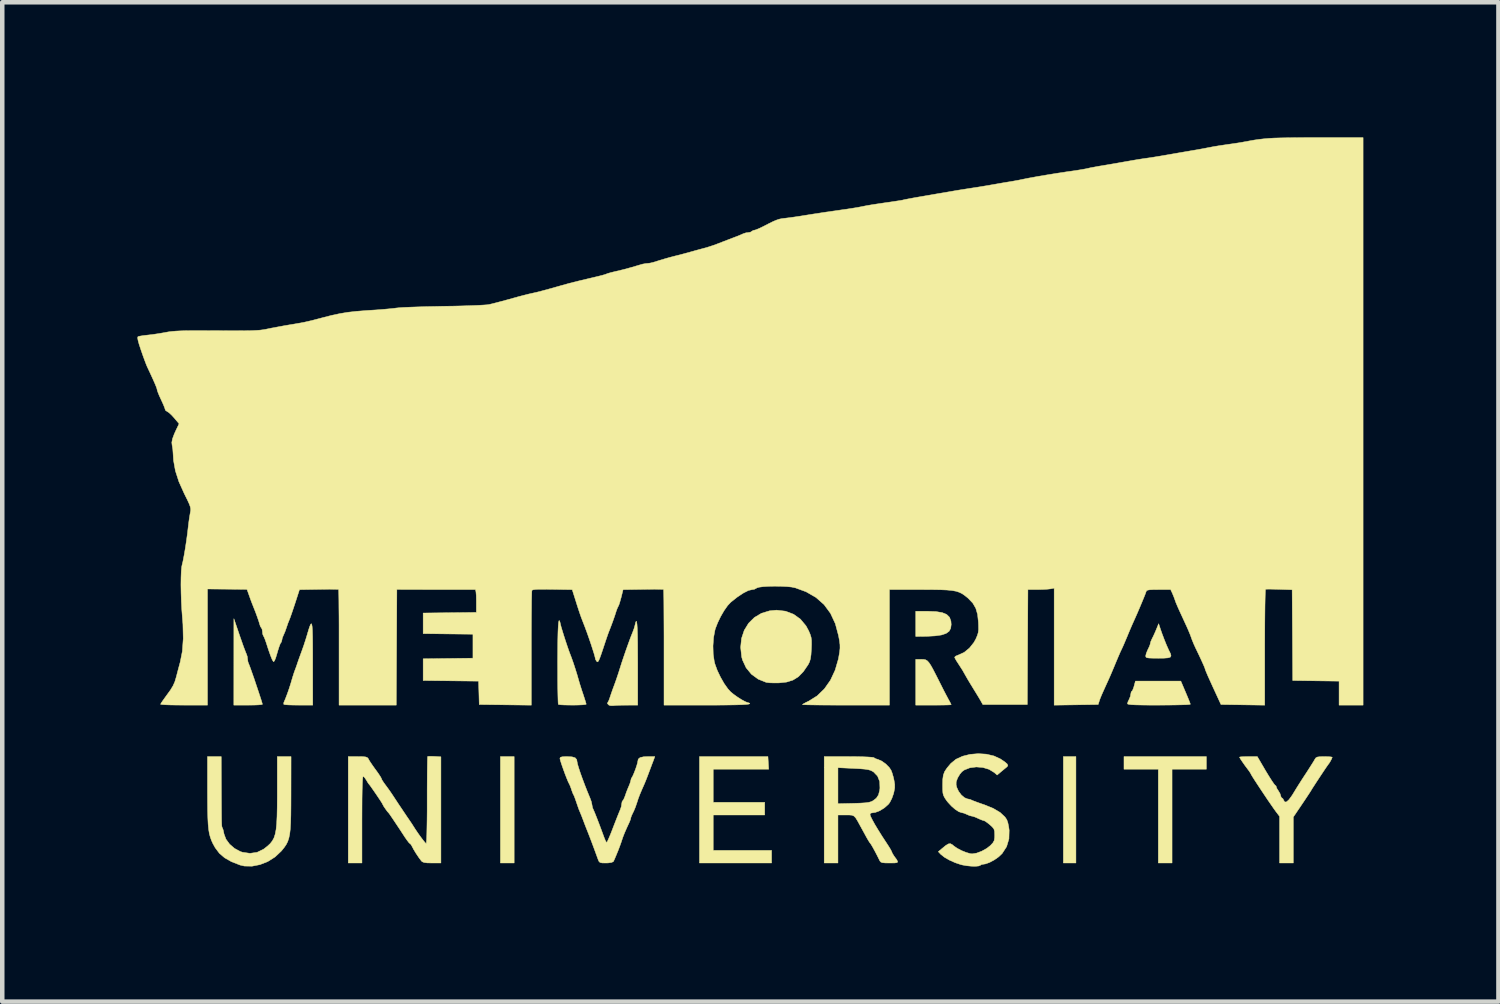
<source format=kicad_pcb>
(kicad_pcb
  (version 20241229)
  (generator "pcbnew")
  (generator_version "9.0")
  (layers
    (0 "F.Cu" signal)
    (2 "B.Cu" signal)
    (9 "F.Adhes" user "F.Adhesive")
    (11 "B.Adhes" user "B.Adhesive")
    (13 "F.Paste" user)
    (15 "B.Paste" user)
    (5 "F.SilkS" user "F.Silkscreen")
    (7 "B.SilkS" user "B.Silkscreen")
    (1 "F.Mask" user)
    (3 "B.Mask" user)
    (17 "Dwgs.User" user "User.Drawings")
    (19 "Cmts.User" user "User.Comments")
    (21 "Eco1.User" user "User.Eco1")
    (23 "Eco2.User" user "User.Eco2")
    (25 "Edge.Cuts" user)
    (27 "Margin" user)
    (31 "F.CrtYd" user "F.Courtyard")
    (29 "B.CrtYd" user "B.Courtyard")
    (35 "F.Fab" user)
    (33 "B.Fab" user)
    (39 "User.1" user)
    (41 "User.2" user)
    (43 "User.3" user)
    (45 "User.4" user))
  (footprint "munLogo"
    (layer "F.Cu")
    (at 13.596 8.082)
    (property "Reference" "munLogo" (at 0 0 0) (layer "F.SilkS") (effects (font (size 1.524 1.524) (thickness 0.3))))
    (attr through_hole)
    (fp_poly (pts (xy -5.232 8.026) (xy -5.537 8.026) (xy -5.537 5.664) (xy -5.232 5.664) (xy -5.232 8.026)) (stroke (width 0.01) (type solid)) (fill yes) (layer "F.SilkS"))
    (fp_poly (pts (xy 7.239 8.026) (xy 6.96 8.026) (xy 6.96 5.664) (xy 7.239 5.664) (xy 7.239 8.026)) (stroke (width 0.01) (type solid)) (fill yes) (layer "F.SilkS"))
    (fp_poly (pts (xy 10.135 5.944) (xy 9.373 5.944) (xy 9.373 8.026) (xy 9.068 8.026) (xy 9.068 5.944) (xy 8.306 5.944) (xy 8.306 5.664) (xy 10.135 5.664) (xy 10.135 5.944)) (stroke (width 0.01) (type solid)) (fill yes) (layer "F.SilkS"))
    (fp_poly (pts (xy 0.41 5.804) (xy 0.419 5.944) (xy -0.197 5.944) (xy -0.813 5.944) (xy -0.813 6.68) (xy 0.33 6.68) (xy 0.33 6.96) (xy -0.813 6.96) (xy -0.813 7.747) (xy 0.483 7.747) (xy 0.483 8.026) (xy -1.118 8.026) (xy -1.118 5.664) (xy 0.402 5.664) (xy 0.41 5.804)) (stroke (width 0.01) (type solid)) (fill yes) (layer "F.SilkS"))
    (fp_poly (pts (xy 4.133 2.445) (xy 4.272 2.468) (xy 4.37 2.509) (xy 4.433 2.571) (xy 4.464 2.656) (xy 4.47 2.732) (xy 4.459 2.816) (xy 4.423 2.882) (xy 4.356 2.93) (xy 4.255 2.964) (xy 4.114 2.984) (xy 3.929 2.994) (xy 3.867 2.995) (xy 3.683 2.997) (xy 3.683 2.438) (xy 3.951 2.438) (xy 4.133 2.445)) (stroke (width 0.01) (type solid)) (fill yes) (layer "F.SilkS"))
    (fp_poly (pts (xy 3.858 3.507) (xy 3.901 3.515) (xy 3.939 3.537) (xy 3.977 3.578) (xy 4.02 3.643) (xy 4.073 3.739) (xy 4.141 3.871) (xy 4.187 3.962) (xy 4.251 4.089) (xy 4.312 4.21) (xy 4.366 4.313) (xy 4.404 4.384) (xy 4.408 4.392) (xy 4.444 4.457) (xy 4.466 4.502) (xy 4.47 4.512) (xy 4.446 4.515) (xy 4.38 4.518) (xy 4.281 4.52) (xy 4.156 4.521) (xy 4.077 4.521) (xy 3.683 4.521) (xy 3.683 3.505) (xy 3.805 3.505) (xy 3.858 3.507)) (stroke (width 0.01) (type solid)) (fill yes) (layer "F.SilkS"))
    (fp_poly (pts (xy -11.328 2.972) (xy -11.282 3.103) (xy -11.241 3.22) (xy -11.206 3.312) (xy -11.183 3.371) (xy -11.176 3.384) (xy -11.156 3.445) (xy -11.151 3.493) (xy -11.141 3.561) (xy -11.126 3.601) (xy -11.111 3.637) (xy -11.084 3.71) (xy -11.048 3.812) (xy -11.006 3.931) (xy -10.963 4.06) (xy -10.92 4.188) (xy -10.881 4.306) (xy -10.849 4.404) (xy -10.828 4.473) (xy -10.82 4.503) (xy -10.844 4.51) (xy -10.909 4.516) (xy -11.006 4.52) (xy -11.124 4.521) (xy -11.138 4.521) (xy -11.455 4.521) (xy -11.454 2.603) (xy -11.328 2.972)) (stroke (width 0.01) (type solid)) (fill yes) (layer "F.SilkS"))
    (fp_poly (pts (xy 9.112 2.824) (xy 9.153 2.941) (xy 9.201 3.068) (xy 9.25 3.189) (xy 9.293 3.286) (xy 9.307 3.315) (xy 9.34 3.382) (xy 9.35 3.428) (xy 9.333 3.457) (xy 9.283 3.472) (xy 9.193 3.479) (xy 9.068 3.48) (xy 8.946 3.479) (xy 8.865 3.476) (xy 8.818 3.47) (xy 8.796 3.458) (xy 8.789 3.439) (xy 8.788 3.429) (xy 8.8 3.375) (xy 8.829 3.303) (xy 8.839 3.283) (xy 8.871 3.216) (xy 8.889 3.164) (xy 8.89 3.154) (xy 8.902 3.108) (xy 8.927 3.052) (xy 8.958 2.99) (xy 8.997 2.904) (xy 9.02 2.849) (xy 9.076 2.714) (xy 9.112 2.824)) (stroke (width 0.01) (type solid)) (fill yes) (layer "F.SilkS"))
    (fp_poly (pts (xy 9.673 4.235) (xy 9.717 4.339) (xy 9.752 4.425) (xy 9.774 4.483) (xy 9.779 4.502) (xy 9.755 4.507) (xy 9.686 4.512) (xy 9.58 4.515) (xy 9.442 4.518) (xy 9.279 4.52) (xy 9.098 4.521) (xy 9.081 4.521) (xy 8.864 4.521) (xy 8.694 4.519) (xy 8.566 4.516) (xy 8.476 4.512) (xy 8.418 4.505) (xy 8.389 4.497) (xy 8.383 4.489) (xy 8.395 4.445) (xy 8.42 4.394) (xy 8.448 4.326) (xy 8.457 4.274) (xy 8.466 4.229) (xy 8.478 4.216) (xy 8.496 4.194) (xy 8.518 4.138) (xy 8.529 4.102) (xy 8.56 3.988) (xy 9.568 3.988) (xy 9.673 4.235)) (stroke (width 0.01) (type solid)) (fill yes) (layer "F.SilkS"))
    (fp_poly (pts (xy -9.726 2.726) (xy -9.717 2.774) (xy -9.711 2.86) (xy -9.707 2.987) (xy -9.705 3.157) (xy -9.704 3.373) (xy -9.704 3.588) (xy -9.703 4.521) (xy -10.016 4.521) (xy -10.137 4.52) (xy -10.239 4.517) (xy -10.312 4.512) (xy -10.344 4.506) (xy -10.345 4.506) (xy -10.348 4.473) (xy -10.339 4.449) (xy -10.308 4.376) (xy -10.268 4.271) (xy -10.226 4.151) (xy -10.188 4.031) (xy -10.172 3.975) (xy -10.144 3.882) (xy -10.118 3.801) (xy -10.103 3.759) (xy -10.078 3.693) (xy -10.049 3.61) (xy -10.044 3.594) (xy -10.018 3.518) (xy -9.981 3.416) (xy -9.944 3.315) (xy -9.901 3.193) (xy -9.857 3.058) (xy -9.828 2.962) (xy -9.798 2.86) (xy -9.773 2.783) (xy -9.753 2.733) (xy -9.737 2.713) (xy -9.726 2.726)) (stroke (width 0.01) (type solid)) (fill yes) (layer "F.SilkS"))
    (fp_poly (pts (xy 0.792 2.436) (xy 0.971 2.504) (xy 1.124 2.614) (xy 1.248 2.763) (xy 1.307 2.873) (xy 1.34 2.951) (xy 1.36 3.016) (xy 1.369 3.084) (xy 1.37 3.172) (xy 1.366 3.277) (xy 1.358 3.404) (xy 1.345 3.494) (xy 1.325 3.562) (xy 1.295 3.621) (xy 1.294 3.623) (xy 1.187 3.779) (xy 1.078 3.891) (xy 0.957 3.966) (xy 0.815 4.01) (xy 0.648 4.028) (xy 0.539 4.029) (xy 0.44 4.026) (xy 0.37 4.017) (xy 0.363 4.016) (xy 0.186 3.945) (xy 0.035 3.835) (xy -0.083 3.691) (xy -0.162 3.521) (xy -0.181 3.452) (xy -0.204 3.239) (xy -0.184 3.04) (xy -0.124 2.86) (xy -0.028 2.704) (xy 0.101 2.576) (xy 0.259 2.482) (xy 0.442 2.427) (xy 0.593 2.413) (xy 0.792 2.436)) (stroke (width 0.01) (type solid)) (fill yes) (layer "F.SilkS"))
    (fp_poly (pts (xy -2.513 2.672) (xy -2.505 2.724) (xy -2.499 2.817) (xy -2.494 2.953) (xy -2.491 3.135) (xy -2.49 3.364) (xy -2.489 3.58) (xy -2.489 4.521) (xy -2.737 4.522) (xy -2.849 4.523) (xy -2.947 4.526) (xy -3.015 4.531) (xy -3.035 4.534) (xy -3.099 4.532) (xy -3.132 4.519) (xy -3.162 4.486) (xy -3.154 4.462) (xy -3.13 4.419) (xy -3.106 4.352) (xy -3.103 4.343) (xy -3.08 4.274) (xy -3.047 4.179) (xy -3.009 4.077) (xy -3.009 4.077) (xy -2.966 3.958) (xy -2.92 3.821) (xy -2.882 3.701) (xy -2.844 3.581) (xy -2.797 3.441) (xy -2.746 3.293) (xy -2.695 3.15) (xy -2.649 3.024) (xy -2.611 2.929) (xy -2.601 2.904) (xy -2.57 2.821) (xy -2.549 2.745) (xy -2.535 2.684) (xy -2.523 2.659) (xy -2.513 2.672)) (stroke (width 0.01) (type solid)) (fill yes) (layer "F.SilkS"))
    (fp_poly (pts (xy -4.213 2.685) (xy -4.204 2.724) (xy -4.19 2.78) (xy -4.163 2.871) (xy -4.128 2.984) (xy -4.089 3.105) (xy -4.05 3.221) (xy -4.016 3.319) (xy -3.991 3.386) (xy -3.989 3.391) (xy -3.957 3.475) (xy -3.916 3.591) (xy -3.873 3.723) (xy -3.832 3.855) (xy -3.811 3.929) (xy -3.777 4.046) (xy -3.735 4.179) (xy -3.697 4.292) (xy -3.667 4.384) (xy -3.644 4.457) (xy -3.633 4.498) (xy -3.632 4.501) (xy -3.656 4.509) (xy -3.718 4.515) (xy -3.807 4.519) (xy -3.912 4.521) (xy -4.02 4.52) (xy -4.119 4.518) (xy -4.198 4.514) (xy -4.244 4.507) (xy -4.251 4.504) (xy -4.255 4.475) (xy -4.258 4.402) (xy -4.261 4.289) (xy -4.264 4.143) (xy -4.266 3.969) (xy -4.266 3.773) (xy -4.267 3.564) (xy -4.265 3.294) (xy -4.263 3.073) (xy -4.259 2.9) (xy -4.253 2.772) (xy -4.246 2.688) (xy -4.237 2.647) (xy -4.226 2.647) (xy -4.213 2.685)) (stroke (width 0.01) (type solid)) (fill yes) (layer "F.SilkS"))
    (fp_poly (pts (xy -11.732 6.426) (xy -11.731 6.647) (xy -11.73 6.822) (xy -11.729 6.958) (xy -11.728 7.059) (xy -11.726 7.131) (xy -11.724 7.18) (xy -11.721 7.211) (xy -11.717 7.23) (xy -11.712 7.242) (xy -11.706 7.252) (xy -11.692 7.291) (xy -11.677 7.359) (xy -11.673 7.382) (xy -11.63 7.497) (xy -11.549 7.608) (xy -11.439 7.703) (xy -11.312 7.771) (xy -11.266 7.787) (xy -11.097 7.812) (xy -10.938 7.789) (xy -10.796 7.72) (xy -10.777 7.706) (xy -10.706 7.65) (xy -10.647 7.595) (xy -10.601 7.536) (xy -10.564 7.469) (xy -10.537 7.386) (xy -10.517 7.282) (xy -10.504 7.153) (xy -10.496 6.991) (xy -10.492 6.793) (xy -10.49 6.551) (xy -10.49 6.439) (xy -10.49 5.664) (xy -10.185 5.664) (xy -10.186 6.496) (xy -10.187 6.752) (xy -10.189 6.963) (xy -10.194 7.135) (xy -10.202 7.274) (xy -10.215 7.385) (xy -10.234 7.475) (xy -10.259 7.55) (xy -10.292 7.616) (xy -10.334 7.678) (xy -10.385 7.742) (xy -10.404 7.764) (xy -10.54 7.892) (xy -10.7 7.993) (xy -10.874 8.062) (xy -11.051 8.097) (xy -11.221 8.094) (xy -11.316 8.072) (xy -11.508 7.997) (xy -11.658 7.912) (xy -11.775 7.812) (xy -11.869 7.687) (xy -11.921 7.593) (xy -11.953 7.522) (xy -11.978 7.451) (xy -11.999 7.373) (xy -12.014 7.281) (xy -12.025 7.169) (xy -12.032 7.031) (xy -12.037 6.861) (xy -12.039 6.652) (xy -12.04 6.423) (xy -12.04 5.664) (xy -11.735 5.664) (xy -11.732 6.426)) (stroke (width 0.01) (type solid)) (fill yes) (layer "F.SilkS"))
    (fp_poly (pts (xy 11.452 5.982) (xy 11.52 6.094) (xy 11.58 6.189) (xy 11.627 6.259) (xy 11.656 6.296) (xy 11.661 6.299) (xy 11.683 6.319) (xy 11.685 6.331) (xy 11.7 6.372) (xy 11.735 6.426) (xy 11.77 6.485) (xy 11.785 6.534) (xy 11.797 6.572) (xy 11.809 6.579) (xy 11.835 6.6) (xy 11.849 6.629) (xy 11.876 6.672) (xy 11.915 6.669) (xy 11.969 6.62) (xy 12.038 6.525) (xy 12.083 6.452) (xy 12.123 6.386) (xy 12.183 6.29) (xy 12.255 6.177) (xy 12.331 6.06) (xy 12.333 6.058) (xy 12.404 5.948) (xy 12.467 5.849) (xy 12.516 5.771) (xy 12.543 5.724) (xy 12.545 5.721) (xy 12.566 5.691) (xy 12.599 5.674) (xy 12.657 5.666) (xy 12.752 5.664) (xy 12.752 5.664) (xy 12.839 5.666) (xy 12.902 5.671) (xy 12.928 5.678) (xy 12.929 5.679) (xy 12.916 5.713) (xy 12.888 5.767) (xy 12.857 5.817) (xy 12.848 5.828) (xy 12.822 5.863) (xy 12.776 5.93) (xy 12.717 6.019) (xy 12.651 6.118) (xy 12.586 6.217) (xy 12.529 6.305) (xy 12.486 6.371) (xy 12.471 6.396) (xy 12.443 6.442) (xy 12.392 6.52) (xy 12.327 6.618) (xy 12.254 6.727) (xy 12.249 6.734) (xy 12.065 7.006) (xy 12.065 8.026) (xy 11.76 8.026) (xy 11.76 6.992) (xy 11.676 6.881) (xy 11.632 6.82) (xy 11.572 6.733) (xy 11.5 6.629) (xy 11.423 6.514) (xy 11.345 6.397) (xy 11.271 6.285) (xy 11.207 6.187) (xy 11.159 6.111) (xy 11.13 6.063) (xy 11.125 6.052) (xy 11.111 6.025) (xy 11.075 5.973) (xy 11.055 5.946) (xy 10.992 5.862) (xy 10.936 5.782) (xy 10.893 5.718) (xy 10.872 5.68) (xy 10.871 5.676) (xy 10.895 5.67) (xy 10.957 5.666) (xy 11.045 5.664) (xy 11.068 5.664) (xy 11.266 5.664) (xy 11.452 5.982)) (stroke (width 0.01) (type solid)) (fill yes) (layer "F.SilkS"))
    (fp_poly (pts (xy 2.361 5.665) (xy 2.506 5.668) (xy 2.625 5.673) (xy 2.709 5.679) (xy 2.751 5.685) (xy 2.755 5.688) (xy 2.788 5.709) (xy 2.847 5.728) (xy 2.847 5.728) (xy 2.929 5.764) (xy 3.018 5.828) (xy 3.096 5.907) (xy 3.135 5.966) (xy 3.159 6.028) (xy 3.185 6.117) (xy 3.2 6.183) (xy 3.216 6.279) (xy 3.216 6.359) (xy 3.199 6.45) (xy 3.189 6.49) (xy 3.153 6.592) (xy 3.107 6.682) (xy 3.078 6.721) (xy 2.987 6.802) (xy 2.884 6.866) (xy 2.787 6.903) (xy 2.742 6.909) (xy 2.684 6.919) (xy 2.667 6.951) (xy 2.681 6.993) (xy 2.719 7.069) (xy 2.777 7.174) (xy 2.852 7.298) (xy 2.938 7.436) (xy 3.032 7.579) (xy 3.086 7.662) (xy 3.127 7.73) (xy 3.148 7.772) (xy 3.15 7.777) (xy 3.164 7.812) (xy 3.198 7.866) (xy 3.209 7.882) (xy 3.261 7.953) (xy 3.282 7.996) (xy 3.269 8.018) (xy 3.215 8.025) (xy 3.116 8.026) (xy 3.107 8.026) (xy 3.006 8.025) (xy 2.943 8.019) (xy 2.908 8.005) (xy 2.887 7.981) (xy 2.881 7.969) (xy 2.83 7.866) (xy 2.777 7.764) (xy 2.728 7.675) (xy 2.691 7.612) (xy 2.678 7.595) (xy 2.659 7.57) (xy 2.635 7.532) (xy 2.602 7.476) (xy 2.556 7.392) (xy 2.492 7.275) (xy 2.448 7.195) (xy 2.391 7.091) (xy 2.349 7.023) (xy 2.311 6.984) (xy 2.266 6.965) (xy 2.204 6.96) (xy 2.13 6.96) (xy 1.956 6.96) (xy 1.956 8.026) (xy 1.651 8.026) (xy 1.651 6.71) (xy 1.956 6.71) (xy 2.305 6.702) (xy 2.454 6.697) (xy 2.562 6.69) (xy 2.639 6.68) (xy 2.693 6.665) (xy 2.733 6.645) (xy 2.809 6.587) (xy 2.856 6.515) (xy 2.882 6.414) (xy 2.888 6.364) (xy 2.883 6.218) (xy 2.836 6.098) (xy 2.748 6.006) (xy 2.729 5.994) (xy 2.685 5.971) (xy 2.631 5.955) (xy 2.555 5.943) (xy 2.449 5.934) (xy 2.302 5.926) (xy 2.3 5.926) (xy 1.956 5.91) (xy 1.956 6.71) (xy 1.651 6.71) (xy 1.651 5.664) (xy 2.196 5.664) (xy 2.361 5.665)) (stroke (width 0.01) (type solid)) (fill yes) (layer "F.SilkS"))
    (fp_poly (pts (xy -7 5.66) (xy -6.858 5.669) (xy -6.858 8.026) (xy -7.056 8.026) (xy -7.163 8.024) (xy -7.231 8.015) (xy -7.273 7.998) (xy -7.291 7.981) (xy -7.349 7.904) (xy -7.412 7.81) (xy -7.467 7.719) (xy -7.495 7.664) (xy -7.523 7.615) (xy -7.546 7.595) (xy -7.568 7.575) (xy -7.608 7.523) (xy -7.66 7.449) (xy -7.668 7.436) (xy -7.775 7.272) (xy -7.867 7.134) (xy -7.94 7.025) (xy -7.992 6.949) (xy -8.02 6.912) (xy -8.023 6.909) (xy -8.05 6.879) (xy -8.087 6.827) (xy -8.125 6.772) (xy -8.149 6.729) (xy -8.153 6.719) (xy -8.167 6.694) (xy -8.202 6.639) (xy -8.252 6.564) (xy -8.309 6.48) (xy -8.366 6.398) (xy -8.414 6.329) (xy -8.448 6.284) (xy -8.457 6.274) (xy -8.478 6.245) (xy -8.51 6.191) (xy -8.513 6.186) (xy -8.55 6.131) (xy -8.581 6.102) (xy -8.583 6.101) (xy -8.591 6.117) (xy -8.597 6.172) (xy -8.602 6.269) (xy -8.606 6.408) (xy -8.609 6.593) (xy -8.61 6.824) (xy -8.611 7.059) (xy -8.611 8.026) (xy -8.915 8.026) (xy -8.915 5.664) (xy -8.704 5.664) (xy -8.599 5.665) (xy -8.533 5.671) (xy -8.496 5.683) (xy -8.474 5.704) (xy -8.465 5.721) (xy -8.438 5.768) (xy -8.389 5.841) (xy -8.328 5.928) (xy -8.309 5.953) (xy -8.25 6.035) (xy -8.205 6.103) (xy -8.181 6.145) (xy -8.179 6.152) (xy -8.165 6.184) (xy -8.128 6.241) (xy -8.096 6.285) (xy -8.059 6.335) (xy -8.029 6.376) (xy -7.999 6.418) (xy -7.963 6.47) (xy -7.915 6.542) (xy -7.848 6.644) (xy -7.816 6.693) (xy -7.744 6.8) (xy -7.671 6.909) (xy -7.61 7) (xy -7.594 7.023) (xy -7.542 7.099) (xy -7.499 7.163) (xy -7.48 7.193) (xy -7.433 7.267) (xy -7.376 7.352) (xy -7.315 7.438) (xy -7.258 7.514) (xy -7.213 7.569) (xy -7.187 7.594) (xy -7.185 7.595) (xy -7.18 7.57) (xy -7.175 7.5) (xy -7.171 7.39) (xy -7.168 7.244) (xy -7.165 7.07) (xy -7.163 6.87) (xy -7.163 6.652) (xy -7.163 6.634) (xy -7.163 6.418) (xy -7.162 6.218) (xy -7.161 6.041) (xy -7.159 5.891) (xy -7.157 5.774) (xy -7.155 5.696) (xy -7.153 5.663) (xy -7.152 5.662) (xy -7.123 5.658) (xy -7.059 5.658) (xy -7 5.66)) (stroke (width 0.01) (type solid)) (fill yes) (layer "F.SilkS"))
    (fp_poly (pts (xy 5.25 5.61) (xy 5.42 5.65) (xy 5.567 5.718) (xy 5.567 5.719) (xy 5.66 5.782) (xy 5.712 5.827) (xy 5.728 5.862) (xy 5.711 5.889) (xy 5.71 5.89) (xy 5.671 5.922) (xy 5.612 5.971) (xy 5.583 5.995) (xy 5.49 6.073) (xy 5.425 6.017) (xy 5.311 5.947) (xy 5.174 5.906) (xy 5.028 5.894) (xy 4.886 5.912) (xy 4.763 5.96) (xy 4.709 5.999) (xy 4.663 6.054) (xy 4.618 6.129) (xy 4.609 6.148) (xy 4.581 6.225) (xy 4.58 6.29) (xy 4.593 6.345) (xy 4.633 6.433) (xy 4.694 6.515) (xy 4.763 6.575) (xy 4.829 6.603) (xy 4.838 6.604) (xy 4.893 6.616) (xy 4.922 6.629) (xy 4.964 6.647) (xy 5.041 6.676) (xy 5.142 6.712) (xy 5.207 6.734) (xy 5.402 6.813) (xy 5.556 6.904) (xy 5.664 7.005) (xy 5.705 7.066) (xy 5.728 7.131) (xy 5.747 7.223) (xy 5.757 7.299) (xy 5.752 7.49) (xy 5.7 7.663) (xy 5.601 7.816) (xy 5.6 7.817) (xy 5.523 7.89) (xy 5.426 7.958) (xy 5.323 8.013) (xy 5.232 8.046) (xy 5.191 8.052) (xy 5.139 8.062) (xy 5.118 8.077) (xy 5.083 8.092) (xy 5.012 8.099) (xy 4.917 8.097) (xy 4.814 8.087) (xy 4.715 8.069) (xy 4.686 8.062) (xy 4.558 8.019) (xy 4.431 7.962) (xy 4.321 7.899) (xy 4.244 7.838) (xy 4.241 7.836) (xy 4.184 7.775) (xy 4.268 7.704) (xy 4.35 7.637) (xy 4.408 7.602) (xy 4.452 7.597) (xy 4.496 7.62) (xy 4.527 7.647) (xy 4.6 7.698) (xy 4.698 7.75) (xy 4.803 7.792) (xy 4.896 7.819) (xy 4.936 7.823) (xy 5.034 7.807) (xy 5.148 7.764) (xy 5.258 7.703) (xy 5.339 7.64) (xy 5.396 7.579) (xy 5.425 7.527) (xy 5.435 7.461) (xy 5.436 7.407) (xy 5.433 7.324) (xy 5.418 7.27) (xy 5.38 7.223) (xy 5.329 7.177) (xy 5.266 7.127) (xy 5.215 7.093) (xy 5.196 7.086) (xy 5.158 7.075) (xy 5.095 7.049) (xy 5.067 7.036) (xy 4.996 7.005) (xy 4.94 6.987) (xy 4.928 6.986) (xy 4.879 6.974) (xy 4.817 6.947) (xy 4.753 6.92) (xy 4.702 6.908) (xy 4.64 6.888) (xy 4.56 6.836) (xy 4.475 6.762) (xy 4.396 6.676) (xy 4.37 6.643) (xy 4.327 6.58) (xy 4.301 6.529) (xy 4.286 6.473) (xy 4.281 6.398) (xy 4.28 6.287) (xy 4.28 6.287) (xy 4.283 6.164) (xy 4.296 6.073) (xy 4.325 5.996) (xy 4.377 5.918) (xy 4.458 5.821) (xy 4.464 5.815) (xy 4.576 5.723) (xy 4.722 5.656) (xy 4.89 5.614) (xy 5.07 5.599) (xy 5.25 5.61)) (stroke (width 0.01) (type solid)) (fill yes) (layer "F.SilkS"))
    (fp_poly (pts (xy -2.144 5.759) (xy -2.172 5.832) (xy -2.209 5.931) (xy -2.247 6.032) (xy -2.283 6.127) (xy -2.315 6.208) (xy -2.336 6.259) (xy -2.337 6.261) (xy -2.399 6.402) (xy -2.444 6.509) (xy -2.477 6.596) (xy -2.502 6.674) (xy -2.507 6.689) (xy -2.54 6.785) (xy -2.578 6.877) (xy -2.593 6.906) (xy -2.624 6.971) (xy -2.641 7.018) (xy -2.642 7.025) (xy -2.652 7.066) (xy -2.677 7.126) (xy -2.677 7.127) (xy -2.731 7.243) (xy -2.78 7.355) (xy -2.817 7.449) (xy -2.832 7.493) (xy -2.855 7.563) (xy -2.888 7.655) (xy -2.927 7.757) (xy -2.967 7.854) (xy -3.001 7.935) (xy -3.025 7.986) (xy -3.03 7.995) (xy -3.07 8.014) (xy -3.146 8.025) (xy -3.197 8.026) (xy -3.279 8.025) (xy -3.325 8.015) (xy -3.351 7.989) (xy -3.37 7.944) (xy -3.434 7.768) (xy -3.497 7.598) (xy -3.554 7.448) (xy -3.6 7.33) (xy -3.606 7.315) (xy -3.645 7.217) (xy -3.682 7.12) (xy -3.699 7.074) (xy -3.732 6.988) (xy -3.765 6.907) (xy -3.77 6.896) (xy -3.798 6.828) (xy -3.83 6.736) (xy -3.849 6.68) (xy -3.877 6.6) (xy -3.9 6.538) (xy -3.912 6.515) (xy -3.931 6.476) (xy -3.955 6.41) (xy -3.962 6.388) (xy -3.987 6.318) (xy -4.009 6.269) (xy -4.014 6.261) (xy -4.033 6.223) (xy -4.063 6.15) (xy -4.1 6.056) (xy -4.138 5.952) (xy -4.173 5.852) (xy -4.2 5.769) (xy -4.215 5.714) (xy -4.216 5.703) (xy -4.206 5.681) (xy -4.168 5.669) (xy -4.093 5.664) (xy -4.056 5.664) (xy -3.946 5.67) (xy -3.877 5.691) (xy -3.843 5.731) (xy -3.835 5.779) (xy -3.826 5.826) (xy -3.801 5.911) (xy -3.764 6.024) (xy -3.717 6.155) (xy -3.664 6.296) (xy -3.609 6.436) (xy -3.555 6.567) (xy -3.547 6.586) (xy -3.52 6.66) (xy -3.506 6.722) (xy -3.505 6.732) (xy -3.492 6.798) (xy -3.48 6.827) (xy -3.461 6.869) (xy -3.428 6.949) (xy -3.385 7.058) (xy -3.336 7.186) (xy -3.285 7.323) (xy -3.235 7.459) (xy -3.234 7.461) (xy -3.208 7.526) (xy -3.185 7.564) (xy -3.177 7.569) (xy -3.162 7.547) (xy -3.134 7.485) (xy -3.095 7.394) (xy -3.05 7.28) (xy -3.037 7.245) (xy -2.988 7.119) (xy -2.943 7.004) (xy -2.906 6.912) (xy -2.882 6.854) (xy -2.879 6.848) (xy -2.854 6.776) (xy -2.845 6.716) (xy -2.836 6.664) (xy -2.821 6.643) (xy -2.799 6.611) (xy -2.774 6.551) (xy -2.768 6.534) (xy -2.738 6.448) (xy -2.7 6.353) (xy -2.69 6.331) (xy -2.661 6.259) (xy -2.644 6.203) (xy -2.642 6.189) (xy -2.631 6.147) (xy -2.625 6.139) (xy -2.602 6.101) (xy -2.571 6.03) (xy -2.538 5.945) (xy -2.51 5.862) (xy -2.492 5.798) (xy -2.489 5.777) (xy -2.477 5.72) (xy -2.435 5.685) (xy -2.357 5.668) (xy -2.268 5.664) (xy -2.109 5.664) (xy -2.144 5.759)) (stroke (width 0.01) (type solid)) (fill yes) (layer "F.SilkS"))
    (fp_poly (pts (xy 13.614 4.521) (xy 13.081 4.521) (xy 13.081 3.989) (xy 12.567 3.982) (xy 12.052 3.975) (xy 12.046 2.968) (xy 12.039 1.96) (xy 11.754 1.951) (xy 11.638 1.948) (xy 11.541 1.946) (xy 11.474 1.947) (xy 11.449 1.95) (xy 11.445 1.976) (xy 11.442 2.049) (xy 11.439 2.162) (xy 11.436 2.312) (xy 11.434 2.493) (xy 11.432 2.701) (xy 11.431 2.931) (xy 11.43 3.177) (xy 11.43 3.241) (xy 11.43 4.522) (xy 10.459 4.508) (xy 10.284 4.128) (xy 10.226 4) (xy 10.175 3.888) (xy 10.137 3.799) (xy 10.114 3.743) (xy 10.109 3.727) (xy 10.099 3.694) (xy 10.07 3.625) (xy 10.027 3.53) (xy 9.975 3.418) (xy 9.918 3.299) (xy 9.894 3.25) (xy 9.852 3.157) (xy 9.814 3.063) (xy 9.804 3.034) (xy 9.777 2.96) (xy 9.736 2.861) (xy 9.691 2.759) (xy 9.689 2.756) (xy 9.611 2.586) (xy 9.551 2.456) (xy 9.507 2.359) (xy 9.477 2.289) (xy 9.456 2.239) (xy 9.443 2.203) (xy 9.437 2.184) (xy 9.412 2.116) (xy 9.38 2.039) (xy 9.38 2.038) (xy 9.341 1.956) (xy 9.077 1.956) (xy 8.956 1.957) (xy 8.877 1.961) (xy 8.831 1.969) (xy 8.807 1.984) (xy 8.798 2) (xy 8.78 2.051) (xy 8.746 2.136) (xy 8.701 2.245) (xy 8.651 2.364) (xy 8.6 2.483) (xy 8.553 2.589) (xy 8.535 2.629) (xy 8.49 2.729) (xy 8.437 2.852) (xy 8.387 2.972) (xy 8.382 2.985) (xy 8.337 3.091) (xy 8.294 3.192) (xy 8.259 3.269) (xy 8.253 3.281) (xy 8.222 3.347) (xy 8.18 3.444) (xy 8.134 3.553) (xy 8.115 3.599) (xy 8.076 3.693) (xy 8.042 3.773) (xy 8.009 3.851) (xy 7.971 3.937) (xy 7.922 4.045) (xy 7.858 4.186) (xy 7.85 4.204) (xy 7.809 4.296) (xy 7.774 4.382) (xy 7.757 4.432) (xy 7.733 4.508) (xy 7.245 4.515) (xy 6.756 4.522) (xy 6.756 3.223) (xy 6.756 1.924) (xy 6.677 1.94) (xy 6.614 1.947) (xy 6.519 1.953) (xy 6.409 1.956) (xy 6.385 1.956) (xy 6.173 1.956) (xy 6.166 3.232) (xy 6.16 4.508) (xy 5.172 4.508) (xy 5.12 4.415) (xy 5.081 4.349) (xy 5.025 4.257) (xy 4.964 4.158) (xy 4.953 4.14) (xy 4.89 4.037) (xy 4.828 3.933) (xy 4.78 3.849) (xy 4.775 3.84) (xy 4.721 3.745) (xy 4.656 3.644) (xy 4.629 3.602) (xy 4.584 3.533) (xy 4.554 3.479) (xy 4.547 3.457) (xy 4.569 3.434) (xy 4.623 3.411) (xy 4.637 3.406) (xy 4.759 3.35) (xy 4.875 3.255) (xy 4.973 3.132) (xy 5.016 3.056) (xy 5.049 2.979) (xy 5.069 2.915) (xy 5.078 2.845) (xy 5.077 2.753) (xy 5.074 2.68) (xy 5.056 2.508) (xy 5.016 2.371) (xy 4.95 2.257) (xy 4.851 2.153) (xy 4.835 2.139) (xy 4.773 2.089) (xy 4.714 2.048) (xy 4.651 2.017) (xy 4.578 1.993) (xy 4.489 1.977) (xy 4.376 1.966) (xy 4.233 1.96) (xy 4.054 1.957) (xy 3.832 1.956) (xy 3.791 1.956) (xy 3.099 1.956) (xy 3.099 4.521) (xy 2.134 4.521) (xy 1.918 4.521) (xy 1.719 4.52) (xy 1.542 4.519) (xy 1.393 4.517) (xy 1.278 4.515) (xy 1.201 4.512) (xy 1.169 4.51) (xy 1.168 4.509) (xy 1.189 4.493) (xy 1.244 4.463) (xy 1.312 4.43) (xy 1.494 4.316) (xy 1.655 4.16) (xy 1.79 3.968) (xy 1.894 3.745) (xy 1.966 3.497) (xy 1.974 3.454) (xy 1.993 3.342) (xy 2.002 3.257) (xy 2.001 3.18) (xy 1.99 3.091) (xy 1.969 2.979) (xy 1.898 2.714) (xy 1.791 2.484) (xy 1.648 2.29) (xy 1.468 2.131) (xy 1.249 2.005) (xy 1.009 1.917) (xy 0.926 1.9) (xy 0.815 1.889) (xy 0.685 1.883) (xy 0.549 1.881) (xy 0.417 1.884) (xy 0.3 1.891) (xy 0.209 1.903) (xy 0.155 1.919) (xy 0.149 1.924) (xy 0.099 1.95) (xy 0.057 1.956) (xy -0.029 1.975) (xy -0.142 2.032) (xy -0.278 2.122) (xy -0.423 2.237) (xy -0.494 2.313) (xy -0.572 2.424) (xy -0.648 2.555) (xy -0.714 2.692) (xy -0.764 2.82) (xy -0.774 2.855) (xy -0.805 3.021) (xy -0.818 3.206) (xy -0.813 3.39) (xy -0.789 3.554) (xy -0.775 3.608) (xy -0.723 3.751) (xy -0.651 3.901) (xy -0.57 4.043) (xy -0.486 4.161) (xy -0.427 4.226) (xy -0.359 4.282) (xy -0.272 4.344) (xy -0.182 4.401) (xy -0.104 4.443) (xy -0.061 4.461) (xy -0.013 4.475) (xy 0.001 4.487) (xy -0.02 4.498) (xy -0.079 4.506) (xy -0.177 4.512) (xy -0.318 4.516) (xy -0.503 4.519) (xy -0.734 4.521) (xy -0.953 4.521) (xy -1.905 4.521) (xy -1.905 3.243) (xy -1.905 2.993) (xy -1.906 2.759) (xy -1.907 2.545) (xy -1.908 2.357) (xy -1.909 2.199) (xy -1.911 2.076) (xy -1.913 1.994) (xy -1.915 1.956) (xy -1.916 1.954) (xy -1.943 1.951) (xy -2.013 1.949) (xy -2.117 1.948) (xy -2.247 1.949) (xy -2.37 1.951) (xy -2.814 1.958) (xy -2.856 2.128) (xy -2.881 2.217) (xy -2.903 2.288) (xy -2.919 2.324) (xy -2.939 2.363) (xy -2.964 2.429) (xy -2.971 2.451) (xy -3.001 2.544) (xy -3.042 2.661) (xy -3.086 2.779) (xy -3.123 2.874) (xy -3.127 2.883) (xy -3.145 2.931) (xy -3.173 3.011) (xy -3.206 3.108) (xy -3.211 3.124) (xy -3.264 3.284) (xy -3.304 3.402) (xy -3.333 3.482) (xy -3.355 3.532) (xy -3.371 3.556) (xy -3.384 3.561) (xy -3.398 3.552) (xy -3.398 3.551) (xy -3.425 3.51) (xy -3.429 3.493) (xy -3.437 3.455) (xy -3.458 3.379) (xy -3.49 3.278) (xy -3.528 3.16) (xy -3.57 3.038) (xy -3.611 2.921) (xy -3.648 2.821) (xy -3.648 2.82) (xy -3.686 2.721) (xy -3.723 2.626) (xy -3.746 2.565) (xy -3.768 2.503) (xy -3.8 2.408) (xy -3.837 2.294) (xy -3.861 2.217) (xy -3.943 1.958) (xy -4.384 1.951) (xy -4.551 1.949) (xy -4.673 1.949) (xy -4.757 1.953) (xy -4.808 1.96) (xy -4.834 1.97) (xy -4.838 1.977) (xy -4.841 2.008) (xy -4.843 2.086) (xy -4.846 2.204) (xy -4.847 2.357) (xy -4.849 2.542) (xy -4.85 2.752) (xy -4.851 2.983) (xy -4.851 3.23) (xy -4.851 3.266) (xy -4.851 4.522) (xy -5.429 4.515) (xy -6.007 4.508) (xy -6.014 4.249) (xy -6.022 3.989) (xy -6.637 3.982) (xy -7.252 3.975) (xy -7.252 3.493) (xy -6.699 3.486) (xy -6.147 3.479) (xy -6.147 3.213) (xy -6.147 2.947) (xy -6.699 2.941) (xy -7.252 2.934) (xy -7.252 2.477) (xy -6.661 2.47) (xy -6.071 2.463) (xy -6.071 2.209) (xy -6.073 2.092) (xy -6.08 2.006) (xy -6.09 1.961) (xy -6.096 1.955) (xy -6.127 1.955) (xy -6.202 1.955) (xy -6.316 1.955) (xy -6.462 1.955) (xy -6.635 1.955) (xy -6.829 1.955) (xy -6.979 1.955) (xy -7.836 1.954) (xy -7.849 4.521) (xy -9.119 4.521) (xy -9.119 3.243) (xy -9.119 2.993) (xy -9.119 2.759) (xy -9.12 2.545) (xy -9.122 2.357) (xy -9.123 2.199) (xy -9.125 2.076) (xy -9.127 1.994) (xy -9.129 1.956) (xy -9.129 1.954) (xy -9.157 1.951) (xy -9.227 1.949) (xy -9.33 1.948) (xy -9.459 1.949) (xy -9.569 1.951) (xy -9.998 1.958) (xy -10.094 2.255) (xy -10.135 2.378) (xy -10.173 2.49) (xy -10.204 2.578) (xy -10.224 2.629) (xy -10.255 2.706) (xy -10.285 2.794) (xy -10.288 2.803) (xy -10.317 2.886) (xy -10.349 2.96) (xy -10.353 2.968) (xy -10.379 3.031) (xy -10.388 3.078) (xy -10.4 3.123) (xy -10.411 3.135) (xy -10.427 3.164) (xy -10.452 3.231) (xy -10.481 3.322) (xy -10.493 3.365) (xy -10.527 3.477) (xy -10.554 3.541) (xy -10.575 3.557) (xy -10.578 3.554) (xy -10.604 3.511) (xy -10.64 3.422) (xy -10.686 3.292) (xy -10.736 3.137) (xy -10.763 3.06) (xy -10.787 3.003) (xy -10.798 2.986) (xy -10.815 2.944) (xy -10.82 2.892) (xy -10.828 2.836) (xy -10.843 2.808) (xy -10.865 2.776) (xy -10.882 2.724) (xy -10.902 2.657) (xy -10.936 2.559) (xy -10.977 2.447) (xy -11.021 2.337) (xy -11.031 2.311) (xy -11.054 2.253) (xy -11.086 2.168) (xy -11.11 2.1) (xy -11.163 1.952) (xy -11.601 1.947) (xy -12.04 1.943) (xy -12.04 3.232) (xy -12.04 4.521) (xy -12.56 4.521) (xy -12.717 4.52) (xy -12.854 4.518) (xy -12.966 4.514) (xy -13.043 4.509) (xy -13.079 4.504) (xy -13.081 4.502) (xy -13.067 4.474) (xy -13.028 4.417) (xy -12.973 4.34) (xy -12.947 4.304) (xy -12.863 4.188) (xy -12.805 4.093) (xy -12.765 4.003) (xy -12.734 3.9) (xy -12.727 3.873) (xy -12.708 3.799) (xy -12.681 3.697) (xy -12.651 3.586) (xy -12.646 3.569) (xy -12.598 3.327) (xy -12.578 3.045) (xy -12.585 2.727) (xy -12.597 2.578) (xy -12.61 2.403) (xy -12.62 2.218) (xy -12.626 2.031) (xy -12.629 1.852) (xy -12.627 1.69) (xy -12.622 1.554) (xy -12.613 1.453) (xy -12.604 1.41) (xy -12.583 1.322) (xy -12.559 1.196) (xy -12.533 1.045) (xy -12.508 0.88) (xy -12.485 0.714) (xy -12.47 0.584) (xy -12.456 0.467) (xy -12.44 0.354) (xy -12.425 0.266) (xy -12.423 0.254) (xy -12.414 0.207) (xy -12.413 0.165) (xy -12.422 0.118) (xy -12.444 0.057) (xy -12.483 -0.028) (xy -12.541 -0.145) (xy -12.56 -0.184) (xy -12.675 -0.44) (xy -12.752 -0.679) (xy -12.794 -0.913) (xy -12.804 -1.073) (xy -12.81 -1.158) (xy -12.822 -1.232) (xy -12.825 -1.245) (xy -12.832 -1.309) (xy -12.817 -1.391) (xy -12.777 -1.498) (xy -12.734 -1.593) (xy -12.67 -1.725) (xy -12.777 -1.852) (xy -12.84 -1.921) (xy -12.897 -1.973) (xy -12.932 -1.995) (xy -12.971 -2.021) (xy -12.979 -2.041) (xy -12.99 -2.077) (xy -13.017 -2.145) (xy -13.057 -2.233) (xy -13.068 -2.257) (xy -13.11 -2.348) (xy -13.141 -2.425) (xy -13.157 -2.473) (xy -13.157 -2.478) (xy -13.167 -2.518) (xy -13.198 -2.596) (xy -13.25 -2.714) (xy -13.324 -2.875) (xy -13.376 -2.985) (xy -13.399 -3.039) (xy -13.433 -3.129) (xy -13.474 -3.241) (xy -13.513 -3.353) (xy -13.557 -3.486) (xy -13.582 -3.578) (xy -13.591 -3.634) (xy -13.583 -3.659) (xy -13.582 -3.66) (xy -13.542 -3.67) (xy -13.468 -3.682) (xy -13.375 -3.693) (xy -13.373 -3.693) (xy -13.261 -3.706) (xy -13.125 -3.726) (xy -12.991 -3.749) (xy -12.967 -3.754) (xy -12.898 -3.766) (xy -12.824 -3.775) (xy -12.74 -3.782) (xy -12.64 -3.787) (xy -12.516 -3.791) (xy -12.363 -3.792) (xy -12.175 -3.792) (xy -11.944 -3.791) (xy -11.83 -3.791) (xy -11.578 -3.789) (xy -11.371 -3.789) (xy -11.203 -3.79) (xy -11.068 -3.792) (xy -10.96 -3.797) (xy -10.875 -3.803) (xy -10.805 -3.812) (xy -10.745 -3.822) (xy -10.738 -3.824) (xy -10.622 -3.848) (xy -10.482 -3.874) (xy -10.347 -3.899) (xy -10.325 -3.903) (xy -10.207 -3.923) (xy -10.092 -3.942) (xy -10.002 -3.958) (xy -9.982 -3.961) (xy -9.898 -3.977) (xy -9.8 -3.999) (xy -9.676 -4.029) (xy -9.517 -4.071) (xy -9.487 -4.079) (xy -9.28 -4.132) (xy -9.097 -4.171) (xy -8.921 -4.2) (xy -8.733 -4.221) (xy -8.517 -4.238) (xy -8.458 -4.242) (xy -8.298 -4.252) (xy -8.144 -4.264) (xy -8.01 -4.276) (xy -7.905 -4.287) (xy -7.849 -4.294) (xy -7.79 -4.3) (xy -7.688 -4.307) (xy -7.55 -4.313) (xy -7.381 -4.319) (xy -7.189 -4.325) (xy -6.981 -4.329) (xy -6.807 -4.333) (xy -6.593 -4.336) (xy -6.39 -4.341) (xy -6.206 -4.347) (xy -6.047 -4.353) (xy -5.919 -4.36) (xy -5.831 -4.366) (xy -5.791 -4.372) (xy -5.718 -4.389) (xy -5.624 -4.413) (xy -5.503 -4.445) (xy -5.347 -4.487) (xy -5.151 -4.542) (xy -5.144 -4.544) (xy -5.029 -4.574) (xy -4.91 -4.604) (xy -4.826 -4.623) (xy -4.727 -4.645) (xy -4.607 -4.676) (xy -4.456 -4.717) (xy -4.267 -4.77) (xy -4.204 -4.788) (xy -4.01 -4.842) (xy -3.799 -4.895) (xy -3.556 -4.953) (xy -3.496 -4.967) (xy -3.383 -4.994) (xy -3.286 -5.018) (xy -3.219 -5.037) (xy -3.194 -5.046) (xy -3.156 -5.061) (xy -3.085 -5.081) (xy -3.025 -5.096) (xy -2.819 -5.145) (xy -2.637 -5.194) (xy -2.491 -5.237) (xy -2.464 -5.245) (xy -2.381 -5.269) (xy -2.308 -5.282) (xy -2.288 -5.283) (xy -2.218 -5.291) (xy -2.148 -5.307) (xy -1.991 -5.356) (xy -1.87 -5.392) (xy -1.774 -5.419) (xy -1.689 -5.441) (xy -1.651 -5.451) (xy -1.553 -5.475) (xy -1.434 -5.507) (xy -1.321 -5.538) (xy -1.207 -5.57) (xy -1.093 -5.601) (xy -1.003 -5.625) (xy -0.911 -5.652) (xy -0.799 -5.689) (xy -0.705 -5.724) (xy -0.584 -5.771) (xy -0.451 -5.822) (xy -0.362 -5.856) (xy -0.27 -5.891) (xy -0.193 -5.923) (xy -0.147 -5.944) (xy -0.146 -5.944) (xy -0.086 -5.964) (xy -0.04 -5.969) (xy 0.014 -5.978) (xy 0.038 -5.994) (xy 0.075 -6.017) (xy 0.094 -6.02) (xy 0.135 -6.031) (xy 0.206 -6.06) (xy 0.289 -6.1) (xy 0.421 -6.168) (xy 0.519 -6.216) (xy 0.593 -6.247) (xy 0.653 -6.267) (xy 0.71 -6.279) (xy 0.774 -6.287) (xy 0.779 -6.287) (xy 0.875 -6.299) (xy 0.999 -6.316) (xy 1.126 -6.335) (xy 1.156 -6.34) (xy 1.406 -6.38) (xy 1.695 -6.424) (xy 2.014 -6.47) (xy 2.15 -6.489) (xy 2.273 -6.508) (xy 2.39 -6.527) (xy 2.484 -6.545) (xy 2.518 -6.552) (xy 2.584 -6.565) (xy 2.687 -6.583) (xy 2.815 -6.603) (xy 2.956 -6.624) (xy 2.997 -6.63) (xy 3.131 -6.649) (xy 3.249 -6.667) (xy 3.341 -6.681) (xy 3.396 -6.691) (xy 3.406 -6.694) (xy 3.445 -6.703) (xy 3.524 -6.718) (xy 3.63 -6.738) (xy 3.749 -6.759) (xy 3.866 -6.779) (xy 3.971 -6.797) (xy 4.075 -6.815) (xy 4.188 -6.835) (xy 4.322 -6.857) (xy 4.488 -6.886) (xy 4.61 -6.907) (xy 4.736 -6.927) (xy 4.876 -6.949) (xy 4.966 -6.963) (xy 5.071 -6.979) (xy 5.204 -7.001) (xy 5.344 -7.025) (xy 5.41 -7.036) (xy 5.533 -7.058) (xy 5.648 -7.078) (xy 5.74 -7.093) (xy 5.779 -7.099) (xy 5.859 -7.113) (xy 5.964 -7.132) (xy 6.045 -7.149) (xy 6.195 -7.179) (xy 6.382 -7.213) (xy 6.589 -7.248) (xy 6.804 -7.283) (xy 7.012 -7.315) (xy 7.112 -7.329) (xy 7.238 -7.347) (xy 7.354 -7.366) (xy 7.446 -7.382) (xy 7.493 -7.392) (xy 7.558 -7.407) (xy 7.656 -7.425) (xy 7.771 -7.446) (xy 7.823 -7.454) (xy 7.958 -7.477) (xy 8.117 -7.504) (xy 8.274 -7.532) (xy 8.344 -7.544) (xy 8.48 -7.568) (xy 8.621 -7.592) (xy 8.744 -7.611) (xy 8.801 -7.619) (xy 8.9 -7.633) (xy 9.031 -7.654) (xy 9.174 -7.678) (xy 9.284 -7.697) (xy 9.428 -7.722) (xy 9.577 -7.748) (xy 9.713 -7.771) (xy 9.792 -7.785) (xy 9.923 -7.807) (xy 10.067 -7.833) (xy 10.185 -7.856) (xy 10.306 -7.879) (xy 10.448 -7.902) (xy 10.585 -7.922) (xy 10.604 -7.925) (xy 10.726 -7.942) (xy 10.845 -7.96) (xy 10.941 -7.976) (xy 10.96 -7.98) (xy 11.086 -8.003) (xy 11.198 -8.023) (xy 11.303 -8.038) (xy 11.407 -8.05) (xy 11.518 -8.06) (xy 11.641 -8.067) (xy 11.785 -8.071) (xy 11.955 -8.074) (xy 12.159 -8.076) (xy 12.402 -8.077) (xy 12.567 -8.077) (xy 13.614 -8.077) (xy 13.614 4.521)) (stroke (width 0.01) (type solid)) (fill yes) (layer "F.SilkS")))
  (gr_rect
    (start -3 -3)
    (end 30.215 19.186)
    (stroke (width 0.1) (type default))
    (fill no)
    (layer "Edge.Cuts")))
</source>
